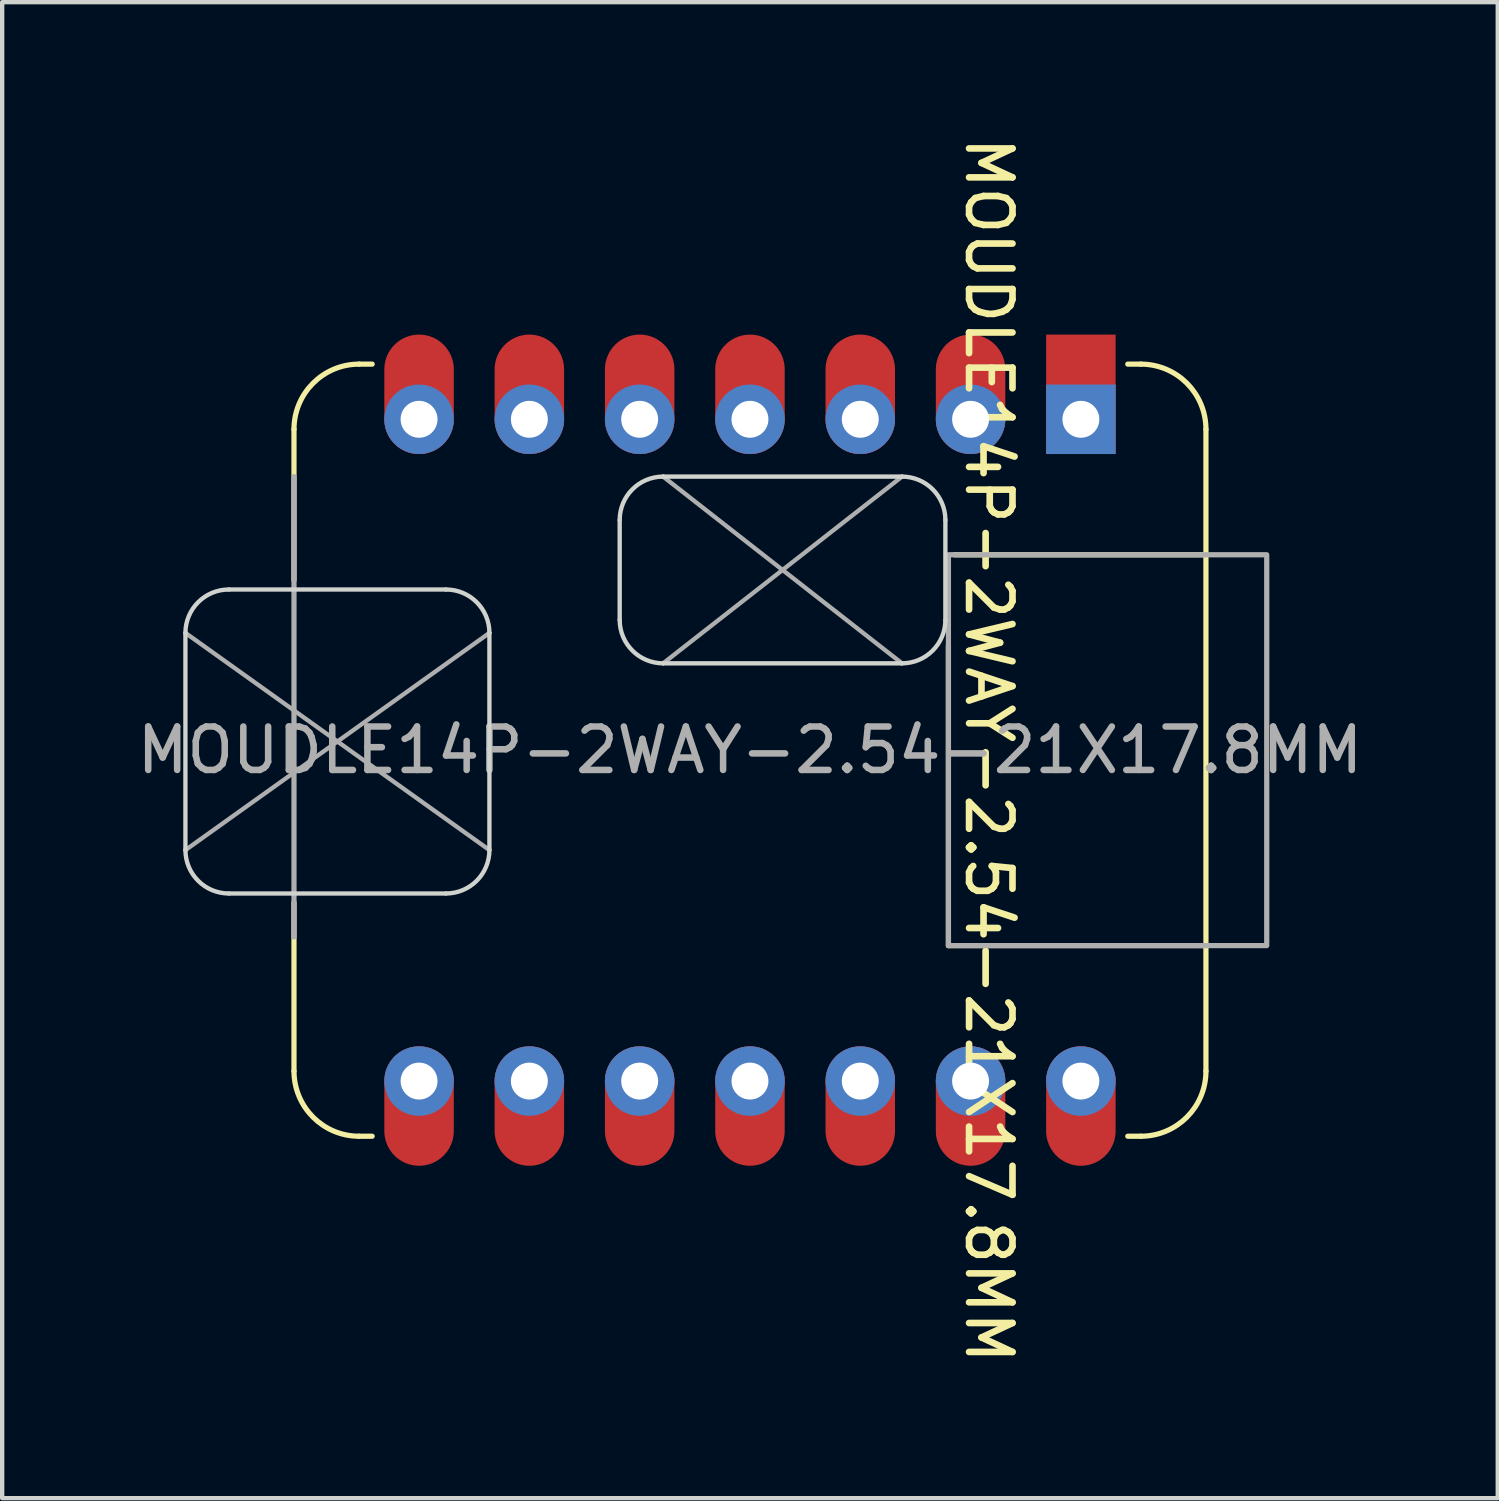
<source format=kicad_pcb>
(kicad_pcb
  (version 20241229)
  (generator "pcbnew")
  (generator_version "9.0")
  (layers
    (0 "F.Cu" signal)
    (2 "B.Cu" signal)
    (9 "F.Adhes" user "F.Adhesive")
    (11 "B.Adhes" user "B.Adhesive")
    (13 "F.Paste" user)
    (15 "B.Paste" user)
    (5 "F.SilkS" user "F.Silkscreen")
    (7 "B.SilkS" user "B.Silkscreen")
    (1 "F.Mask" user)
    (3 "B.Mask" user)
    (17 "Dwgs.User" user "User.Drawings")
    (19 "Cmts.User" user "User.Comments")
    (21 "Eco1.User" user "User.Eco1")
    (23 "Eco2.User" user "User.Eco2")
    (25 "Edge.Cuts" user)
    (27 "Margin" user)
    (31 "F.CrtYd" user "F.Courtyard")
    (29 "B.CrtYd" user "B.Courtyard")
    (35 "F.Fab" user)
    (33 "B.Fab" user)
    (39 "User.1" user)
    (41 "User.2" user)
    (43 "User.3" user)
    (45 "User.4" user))
  (footprint "MOUDLE14P-2WAY-2.54-21X17.8MM"
    (layer "F.Cu")
    (at 14.22 14.225)
    (property "Reference" "MOUDLE14P-2WAY-2.54-21X17.8MM" (at 5.5 0 270) (unlocked yes) (layer "F.SilkS") (effects (font (size 1 1) (thickness 0.153))))
    (attr through_hole)
    (fp_line (start -10.5 -7.39) (end -10.5 -3.91) (stroke (width 0.12) (type default)) (layer "F.SilkS"))
    (fp_line (start -10.5 7.39) (end -10.5 3.51) (stroke (width 0.12) (type default)) (layer "F.SilkS"))
    (fp_line (start -8.7 -8.89) (end -9 -8.89) (stroke (width 0.12) (type default)) (layer "F.SilkS"))
    (fp_line (start -8.7 8.89) (end -9 8.89) (stroke (width 0.12) (type default)) (layer "F.SilkS"))
    (fp_line (start 4.57 -2.4) (end 4.57 4.5) (stroke (width 0.12) (type default)) (layer "F.SilkS"))
    (fp_line (start 8.7 -8.89) (end 9 -8.89) (stroke (width 0.12) (type default)) (layer "F.SilkS"))
    (fp_line (start 8.7 8.89) (end 9 8.89) (stroke (width 0.12) (type default)) (layer "F.SilkS"))
    (fp_line (start 10.5 -4.5) (end 4.71 -4.5) (stroke (width 0.12) (type default)) (layer "F.SilkS"))
    (fp_line (start 10.5 4.5) (end 4.57 4.5) (stroke (width 0.12) (type default)) (layer "F.SilkS"))
    (fp_line (start 10.5 7.39) (end 10.5 -7.39) (stroke (width 0.12) (type default)) (layer "F.SilkS"))
    (fp_arc (start -10.5 -7.39) (mid -10.06066 -8.45066) (end -9 -8.89) (stroke (width 0.12) (type default)) (layer "F.SilkS"))
    (fp_arc (start -9 8.89) (mid -10.06066 8.45066) (end -10.5 7.39) (stroke (width 0.12) (type default)) (layer "F.SilkS"))
    (fp_arc (start 9 -8.89) (mid 10.06066 -8.45066) (end 10.5 -7.39) (stroke (width 0.12) (type default)) (layer "F.SilkS"))
    (fp_arc (start 10.5 7.39) (mid 10.06066 8.45066) (end 9 8.89) (stroke (width 0.12) (type default)) (layer "F.SilkS"))
    (fp_line (start -13 -2.7) (end -13 2.3) (stroke (width 0.1) (type default)) (layer "Edge.Cuts"))
    (fp_line (start -12 -3.7) (end -7 -3.7) (stroke (width 0.1) (type default)) (layer "Edge.Cuts"))
    (fp_line (start -12 3.3) (end -7 3.3) (stroke (width 0.1) (type default)) (layer "Edge.Cuts"))
    (fp_line (start -6 2.3) (end -6 -2.7) (stroke (width 0.1) (type default)) (layer "Edge.Cuts"))
    (fp_line (start -3 -5.3) (end -3 -3) (stroke (width 0.1) (type default)) (layer "Edge.Cuts"))
    (fp_line (start -2 -6.3) (end 3.5 -6.3) (stroke (width 0.1) (type default)) (layer "Edge.Cuts"))
    (fp_line (start -2 -2) (end 3.5 -2) (stroke (width 0.1) (type default)) (layer "Edge.Cuts"))
    (fp_line (start 4.5 -5.3) (end 4.5 -3) (stroke (width 0.1) (type default)) (layer "Edge.Cuts"))
    (fp_arc (start -13 -2.7) (mid -12.707107 -3.407107) (end -12 -3.7) (stroke (width 0.1) (type default)) (layer "Edge.Cuts"))
    (fp_arc (start -12 3.3) (mid -12.707107 3.007107) (end -13 2.3) (stroke (width 0.1) (type default)) (layer "Edge.Cuts"))
    (fp_arc (start -7 -3.7) (mid -6.292893 -3.407107) (end -6 -2.7) (stroke (width 0.1) (type default)) (layer "Edge.Cuts"))
    (fp_arc (start -6 2.3) (mid -6.292893 3.007107) (end -7 3.3) (stroke (width 0.1) (type default)) (layer "Edge.Cuts"))
    (fp_arc (start -3 -5.3) (mid -2.707107 -6.007107) (end -2 -6.3) (stroke (width 0.1) (type default)) (layer "Edge.Cuts"))
    (fp_arc (start -2 -2) (mid -2.707107 -2.292893) (end -3 -3) (stroke (width 0.1) (type default)) (layer "Edge.Cuts"))
    (fp_arc (start 3.5 -6.3) (mid 4.207107 -6.007107) (end 4.5 -5.3) (stroke (width 0.1) (type default)) (layer "Edge.Cuts"))
    (fp_arc (start 4.5 -3) (mid 4.207107 -2.292893) (end 3.5 -2) (stroke (width 0.1) (type default)) (layer "Edge.Cuts"))
    (fp_line (start -13 -2.7) (end -6 2.3) (stroke (width 0.1) (type default)) (layer "F.Fab"))
    (fp_line (start -13 2.3) (end -6 -2.7) (stroke (width 0.1) (type default)) (layer "F.Fab"))
    (fp_line (start -10.5 -6.3) (end -10.5 4.3) (stroke (width 0.12) (type default)) (layer "F.Fab"))
    (fp_line (start -2 -6.3) (end 3.5 -2) (stroke (width 0.1) (type default)) (layer "F.Fab"))
    (fp_line (start 3.5 -6.3) (end -2 -2) (stroke (width 0.1) (type default)) (layer "F.Fab"))
    (fp_rect (start 4.57 -4.5) (end 11.9 4.5) (stroke (width 0.12) (type solid)) (fill no) (layer "F.Fab"))
    (fp_text user "${REFERENCE}" (at 0 0 0) (unlocked yes) (layer "F.Fab") (effects (font (size 1 1) (thickness 0.15))))
    (pad "1" thru_hole rect (at 7.62 -7.62) (size 1.6 1.6) (drill 0.85) (layers "*.Cu" "*.Mask"))
    (pad "1" smd rect (at 7.62 -7.62) (size 1.6 2.75) (drill (offset 0 -0.575)) (layers "F.Cu" "F.Mask" "F.Paste"))
    (pad "2" thru_hole circle (at 5.08 -7.62) (size 1.6 1.6) (drill 0.85) (layers "*.Cu" "*.Mask"))
    (pad "2" smd oval (at 5.08 -7.62) (size 1.6 2.75) (drill (offset 0 -0.575)) (layers "F.Cu" "F.Mask" "F.Paste"))
    (pad "3" thru_hole circle (at 2.54 -7.62) (size 1.6 1.6) (drill 0.85) (layers "*.Cu" "*.Mask"))
    (pad "3" smd oval (at 2.54 -7.62) (size 1.6 2.75) (drill (offset 0 -0.575)) (layers "F.Cu" "F.Mask" "F.Paste"))
    (pad "4" thru_hole circle (at 0 -7.62) (size 1.6 1.6) (drill 0.85) (layers "*.Cu" "*.Mask"))
    (pad "4" smd oval (at 0 -7.62) (size 1.6 2.75) (drill (offset 0 -0.575)) (layers "F.Cu" "F.Mask" "F.Paste"))
    (pad "5" thru_hole circle (at -2.54 -7.62) (size 1.6 1.6) (drill 0.85) (layers "*.Cu" "*.Mask"))
    (pad "5" smd oval (at -2.54 -7.62) (size 1.6 2.75) (drill (offset 0 -0.575)) (layers "F.Cu" "F.Mask" "F.Paste"))
    (pad "6" thru_hole circle (at -5.08 -7.62) (size 1.6 1.6) (drill 0.85) (layers "*.Cu" "*.Mask"))
    (pad "6" smd oval (at -5.08 -7.62) (size 1.6 2.75) (drill (offset 0 -0.575)) (layers "F.Cu" "F.Mask" "F.Paste"))
    (pad "7" thru_hole circle (at -7.62 -7.62) (size 1.6 1.6) (drill 0.85) (layers "*.Cu" "*.Mask"))
    (pad "7" smd oval (at -7.62 -7.62) (size 1.6 2.75) (drill (offset 0 -0.575)) (layers "F.Cu" "F.Mask" "F.Paste"))
    (pad "8" thru_hole circle (at -7.62 7.62) (size 1.6 1.6) (drill 0.85) (layers "*.Cu" "*.Mask"))
    (pad "8" smd oval (at -7.62 7.62) (size 1.6 2.75) (drill (offset 0 0.575)) (layers "F.Cu" "F.Mask" "F.Paste"))
    (pad "9" thru_hole circle (at -5.08 7.62) (size 1.6 1.6) (drill 0.85) (layers "*.Cu" "*.Mask"))
    (pad "9" smd oval (at -5.08 7.62) (size 1.6 2.75) (drill (offset 0 0.575)) (layers "F.Cu" "F.Mask" "F.Paste"))
    (pad "10" thru_hole circle (at -2.54 7.62) (size 1.6 1.6) (drill 0.85) (layers "*.Cu" "*.Mask"))
    (pad "10" smd oval (at -2.54 7.62) (size 1.6 2.75) (drill (offset 0 0.575)) (layers "F.Cu" "F.Mask" "F.Paste"))
    (pad "11" thru_hole circle (at 0 7.62) (size 1.6 1.6) (drill 0.85) (layers "*.Cu" "*.Mask"))
    (pad "11" smd oval (at 0 7.62) (size 1.6 2.75) (drill (offset 0 0.575)) (layers "F.Cu" "F.Mask" "F.Paste"))
    (pad "12" thru_hole circle (at 2.54 7.62) (size 1.6 1.6) (drill 0.85) (layers "*.Cu" "*.Mask"))
    (pad "12" smd oval (at 2.54 7.62) (size 1.6 2.75) (drill (offset 0 0.575)) (layers "F.Cu" "F.Mask" "F.Paste"))
    (pad "13" thru_hole circle (at 5.08 7.62) (size 1.6 1.6) (drill 0.85) (layers "*.Cu" "*.Mask"))
    (pad "13" smd oval (at 5.08 7.62) (size 1.6 2.75) (drill (offset 0 0.575)) (layers "F.Cu" "F.Mask" "F.Paste"))
    (pad "14" thru_hole circle (at 7.62 7.62) (size 1.6 1.6) (drill 0.85) (layers "*.Cu" "*.Mask"))
    (pad "14" smd oval (at 7.62 7.62) (size 1.6 2.75) (drill (offset 0 0.575)) (layers "F.Cu" "F.Mask" "F.Paste")))
  (gr_rect
    (start -3 -3)
    (end 31.44 31.449)
    (stroke (width 0.1) (type default))
    (fill no)
    (layer "Edge.Cuts")))
</source>
